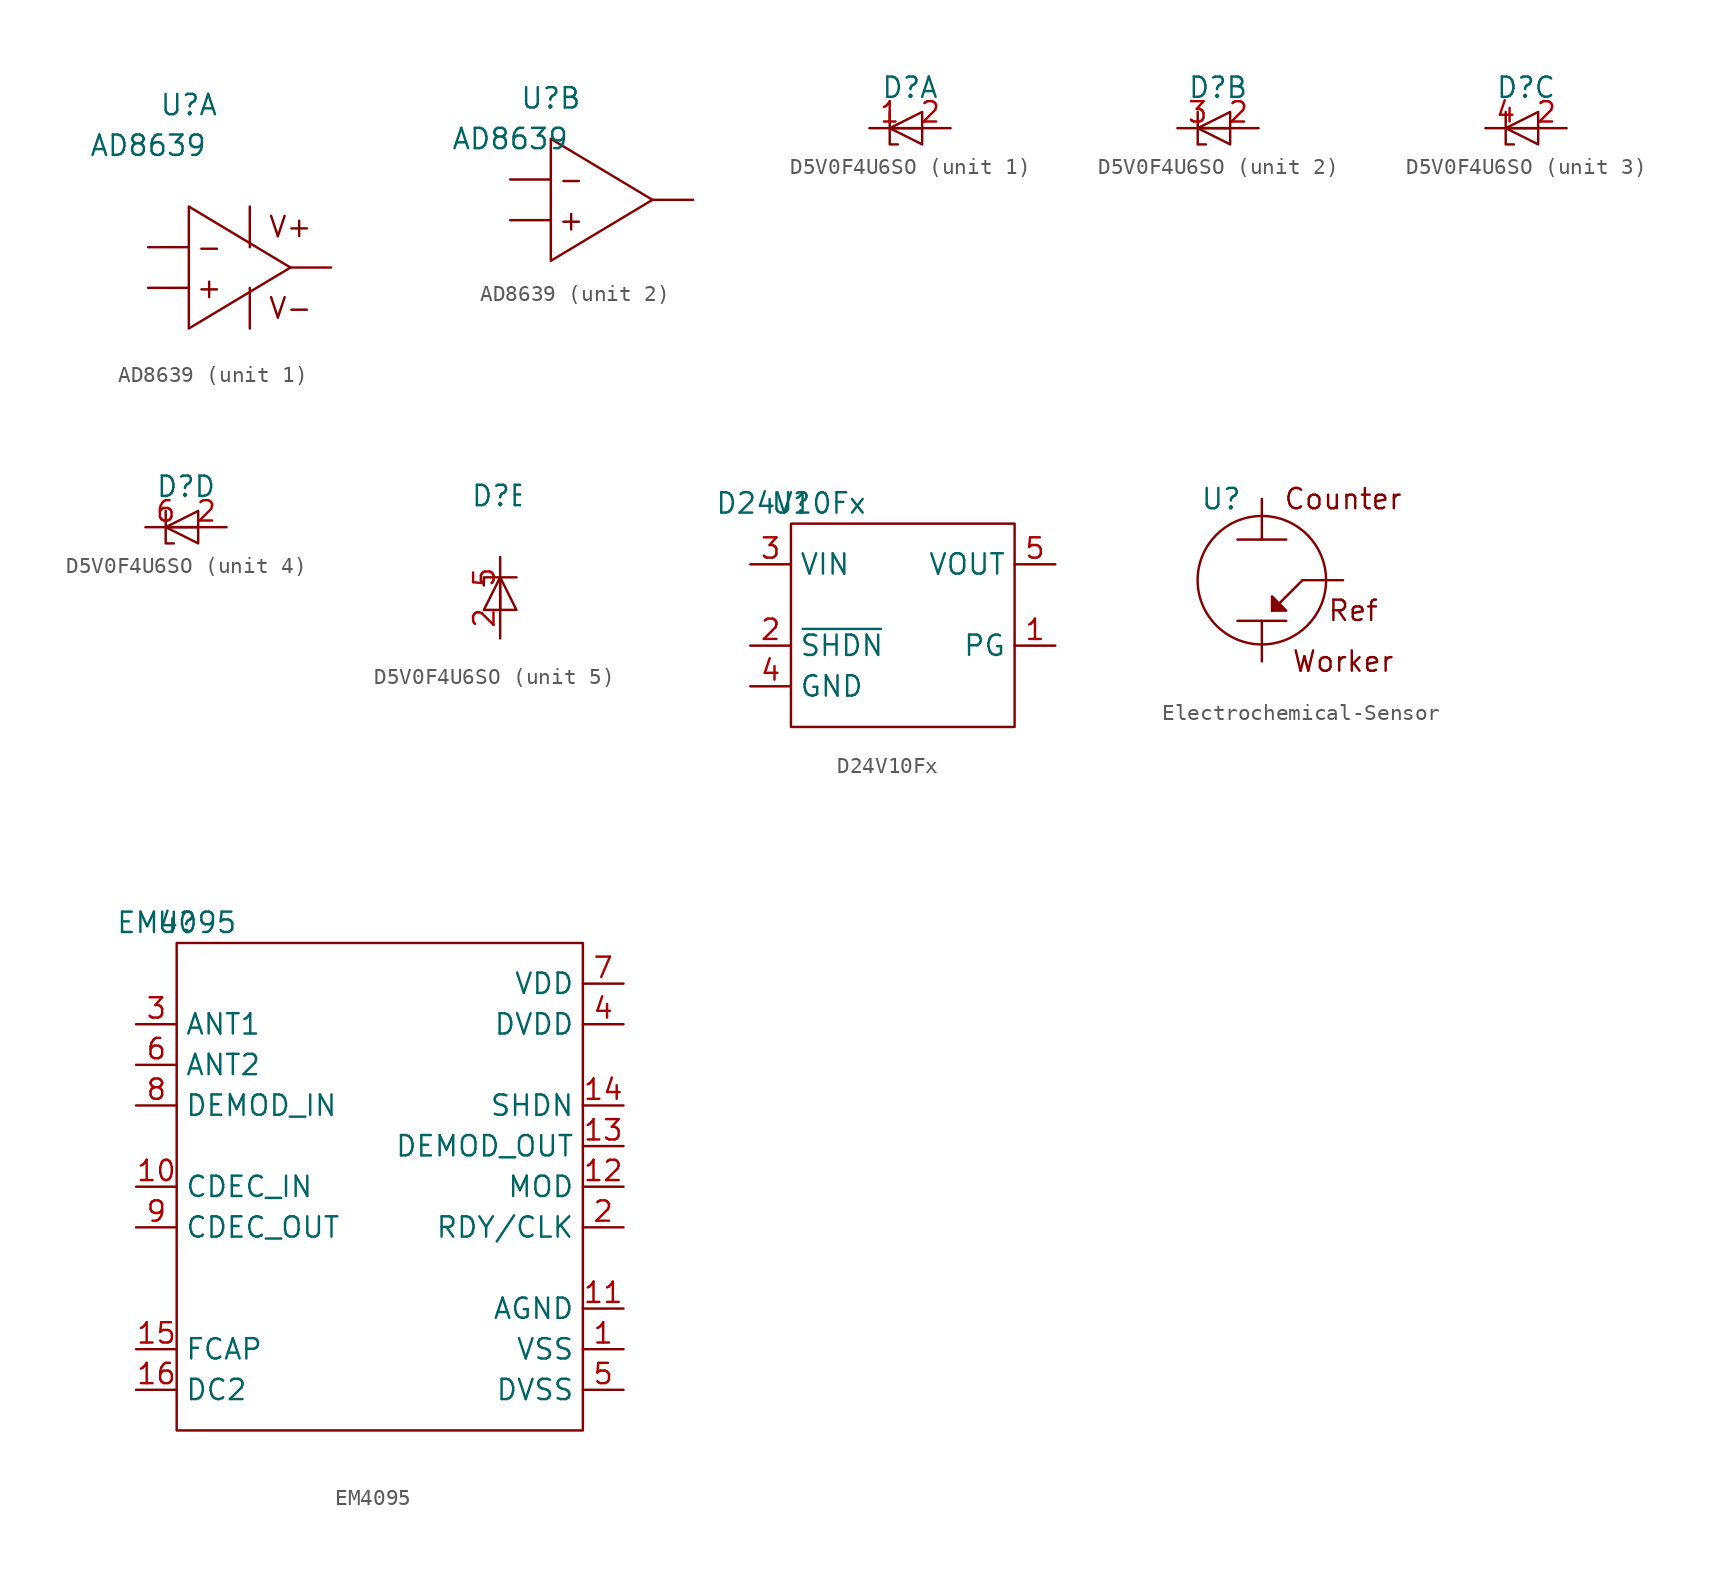
<source format=kicad_sym>
(kicad_symbol_lib
  (version 20220914)
  (generator kicad_symbol_editor)
  (symbol "AD8639"
    (pin_numbers hide)
    (pin_names
      (offset 0) hide)
    (property "Reference" "U"
      (at 0 0 0)
      (effects (font (size 1.27 1.27))))
    (property "Value" "AD8639"
      (at -2.54 -2.54 0)
      (effects (font (size 1.27 1.27))))
    (property "ki_locked" ""
      (at 0 0 0)
      (effects (font (size 1.27 1.27))))
    (symbol "AD8639_1_1"
      (polyline (pts (xy 0 -6.35) (xy 0 -13.97) (xy 6.35 -10.16) (xy 0 -6.35)) (stroke (width 0) (type default)) (fill (type none)))
      (text "+" (at 1.27 -11.43 0) (effects (font (size 1.27 1.27))))
      (text "-" (at 1.27 -8.89 0) (effects (font (size 1.27 1.27))))
      (text "V+" (at 6.35 -7.62 0) (effects (font (size 1.27 1.27))))
      (text "V-" (at 6.35 -12.7 0) (effects (font (size 1.27 1.27))))
      (pin output line (at 8.89 -10.16 180) (length 2.54) (name "OUT" (effects (font (size 1.27 1.27)))) (number "1" (effects (font (size 1.27 1.27)))))
      (pin input line (at -2.54 -8.89 0) (length 2.54) (name "IN-" (effects (font (size 1.27 1.27)))) (number "2" (effects (font (size 1.27 1.27)))))
      (pin input line (at -2.54 -11.43 0) (length 2.54) (name "IN+" (effects (font (size 1.27 1.27)))) (number "3" (effects (font (size 1.27 1.27)))))
      (pin power_in line (at 3.81 -6.35 270) (length 2.54) (name "V-" (effects (font (size 1.27 1.27)))) (number "4" (effects (font (size 1.27 1.27)))))
      (pin power_in line (at 3.81 -13.97 90) (length 2.54) (name "V+" (effects (font (size 1.27 1.27)))) (number "8" (effects (font (size 1.27 1.27))))))
    (symbol "AD8639_2_1"
      (polyline (pts (xy 0 -2.54) (xy 0 -10.16) (xy 6.35 -6.35) (xy 0 -2.54)) (stroke (width 0) (type default)) (fill (type none)))
      (text "+" (at 1.27 -7.62 0) (effects (font (size 1.27 1.27))))
      (text "-" (at 1.27 -5.08 0) (effects (font (size 1.27 1.27))))
      (pin input line (at -2.54 -7.62 0) (length 2.54) (name "IN+" (effects (font (size 1.27 1.27)))) (number "5" (effects (font (size 1.27 1.27)))))
      (pin input line (at -2.54 -5.08 0) (length 2.54) (name "IN-" (effects (font (size 1.27 1.27)))) (number "6" (effects (font (size 1.27 1.27)))))
      (pin output line (at 8.89 -6.35 180) (length 2.54) (name "OUT" (effects (font (size 1.27 1.27)))) (number "7" (effects (font (size 1.27 1.27)))))))
  (symbol "D5V0F4U6SO"
    (pin_names hide)
    (property "Reference" "D"
      (at 0 0 0)
      (effects (font (size 1.27 1.27))))
    (property "ki_locked" ""
      (at 0 0 0)
      (effects (font (size 1.27 1.27))))
    (symbol "D5V0F4U6SO_1_1"
      (polyline (pts (xy -1.27 -2.54) (xy 0.762 -2.54)) (stroke (width 0) (type default)) (fill (type none)))
      (polyline (pts (xy -1.27 -1.524) (xy -1.27 -3.556) (xy -0.762 -3.556)) (stroke (width 0) (type default)) (fill (type none)))
      (polyline (pts (xy 0.762 -1.524) (xy -1.27 -2.54) (xy 0.762 -3.556) (xy 0.762 -1.524)) (stroke (width 0) (type default)) (fill (type none)))
      (pin passive line (at -2.54 -2.54 0) (length 2.54) (name "K1" (effects (font (size 1.27 1.27)))) (number "1" (effects (font (size 1.27 1.27)))))
      (pin passive line (at 2.54 -2.54 180) (length 2.54) (name "A" (effects (font (size 1.27 1.27)))) (number "2" (effects (font (size 1.27 1.27))))))
    (symbol "D5V0F4U6SO_2_1"
      (polyline (pts (xy -1.27 -2.54) (xy 0.762 -2.54)) (stroke (width 0) (type default)) (fill (type none)))
      (polyline (pts (xy -1.27 -1.524) (xy -1.27 -3.556) (xy -0.762 -3.556)) (stroke (width 0) (type default)) (fill (type none)))
      (polyline (pts (xy 0.762 -1.524) (xy -1.27 -2.54) (xy 0.762 -3.556) (xy 0.762 -1.524)) (stroke (width 0) (type default)) (fill (type none)))
      (pin passive line (at 2.54 -2.54 180) (length 2.54) (name "A" (effects (font (size 1.27 1.27)))) (number "2" (effects (font (size 1.27 1.27)))))
      (pin passive line (at -2.54 -2.54 0) (length 2.54) (name "K2" (effects (font (size 1.27 1.27)))) (number "3" (effects (font (size 1.27 1.27))))))
    (symbol "D5V0F4U6SO_3_1"
      (polyline (pts (xy -1.27 -2.54) (xy 0.762 -2.54)) (stroke (width 0) (type default)) (fill (type none)))
      (polyline (pts (xy -1.27 -1.524) (xy -1.27 -3.556) (xy -0.762 -3.556)) (stroke (width 0) (type default)) (fill (type none)))
      (polyline (pts (xy 0.762 -1.524) (xy -1.27 -2.54) (xy 0.762 -3.556) (xy 0.762 -1.524)) (stroke (width 0) (type default)) (fill (type none)))
      (pin passive line (at 2.54 -2.54 180) (length 2.54) (name "A" (effects (font (size 1.27 1.27)))) (number "2" (effects (font (size 1.27 1.27)))))
      (pin passive line (at -2.54 -2.54 0) (length 2.54) (name "K3" (effects (font (size 1.27 1.27)))) (number "4" (effects (font (size 1.27 1.27))))))
    (symbol "D5V0F4U6SO_4_1"
      (polyline (pts (xy -1.27 -2.54) (xy 0.762 -2.54)) (stroke (width 0) (type default)) (fill (type none)))
      (polyline (pts (xy -1.27 -1.524) (xy -1.27 -3.556) (xy -0.762 -3.556)) (stroke (width 0) (type default)) (fill (type none)))
      (polyline (pts (xy 0.762 -1.524) (xy -1.27 -2.54) (xy 0.762 -3.556) (xy 0.762 -1.524)) (stroke (width 0) (type default)) (fill (type none)))
      (pin passive line (at 2.54 -2.54 180) (length 2.54) (name "A" (effects (font (size 1.27 1.27)))) (number "2" (effects (font (size 1.27 1.27)))))
      (pin passive line (at -2.54 -2.54 0) (length 2.54) (name "K4" (effects (font (size 1.27 1.27)))) (number "6" (effects (font (size 1.27 1.27))))))
    (symbol "D5V0F4U6SO_5_1"
      (polyline (pts (xy 0 -5.08) (xy 0 -7.112)) (stroke (width 0) (type default)) (fill (type none)))
      (polyline (pts (xy 1.016 -5.08) (xy -1.016 -5.08) (xy -1.016 -5.588)) (stroke (width 0) (type default)) (fill (type none)))
      (polyline (pts (xy 1.016 -7.112) (xy 0 -5.08) (xy -1.016 -7.112) (xy 1.016 -7.112)) (stroke (width 0) (type default)) (fill (type none)))
      (pin passive line (at 0 -8.89 90) (length 2.54) (name "A" (effects (font (size 1.27 1.27)))) (number "2" (effects (font (size 1.27 1.27)))))
      (pin passive line (at 0 -3.81 270) (length 2.54) (name "K_Vcc" (effects (font (size 1.27 1.27)))) (number "5" (effects (font (size 1.27 1.27)))))))
  (symbol "D24V10Fx"
    (property "Reference" "U"
      (at 0 0 0)
      (effects (font (size 1.27 1.27))))
    (property "Value" "D24V10Fx"
      (at 0 0 0)
      (effects (font (size 1.27 1.27))))
    (symbol "D24V10Fx_0_1"
      (rectangle (start 0 -1.27) (end 13.97 -13.97) (stroke (width 0) (type default)) (fill (type none))))
    (symbol "D24V10Fx_1_1"
      (pin output line (at 16.51 -8.89 180) (length 2.54) (name "PG" (effects (font (size 1.27 1.27)))) (number "1" (effects (font (size 1.27 1.27)))))
      (pin input line (at -2.54 -8.89 0) (length 2.54) (name "~{SHDN}" (effects (font (size 1.27 1.27)))) (number "2" (effects (font (size 1.27 1.27)))))
      (pin power_in line (at -2.54 -3.81 0) (length 2.54) (name "VIN" (effects (font (size 1.27 1.27)))) (number "3" (effects (font (size 1.27 1.27)))))
      (pin power_out line (at -2.54 -11.43 0) (length 2.54) (name "GND" (effects (font (size 1.27 1.27)))) (number "4" (effects (font (size 1.27 1.27)))))
      (pin power_out line (at 16.51 -3.81 180) (length 2.54) (name "VOUT" (effects (font (size 1.27 1.27)))) (number "5" (effects (font (size 1.27 1.27)))))))
  (symbol "Electrochemical-Sensor"
    (pin_numbers hide)
    (pin_names
      (offset 0) hide)
    (property "Reference" "U"
      (at -2.54 0 0)
      (effects (font (size 1.27 1.27))))
    (property "Value" ""
      (at 0 0 0)
      (effects (font (size 1.27 1.27))))
    (symbol "Electrochemical-Sensor_0_1"
      (circle (center 0 -5.08) (radius 4.016) (stroke (width 0) (type default)) (fill (type none)))
      (polyline (pts (xy -1.524 -7.62) (xy 1.524 -7.62)) (stroke (width 0) (type default)) (fill (type none)))
      (polyline (pts (xy -1.524 -2.54) (xy 1.524 -2.54)) (stroke (width 0) (type default)) (fill (type none)))
      (polyline (pts (xy 0.635 -6.985) (xy 2.54 -5.08)) (stroke (width 0) (type default)) (fill (type none))))
    (symbol "Electrochemical-Sensor_1_1"
      (polyline (pts (xy 0.635 -6.985) (xy 0.635 -6.096) (xy 1.524 -6.985) (xy 0.635 -6.985)) (stroke (width 0) (type default)) (fill (type outline)))
      (text "Counter" (at 5.08 0 0) (effects (font (size 1.27 1.27))))
      (text "Ref" (at 5.715 -6.985 0) (effects (font (size 1.27 1.27))))
      (text "Worker" (at 5.08 -10.16 0) (effects (font (size 1.27 1.27))))
      (pin input line (at 5.08 -5.08 180) (length 2.54) (name "Reference" (effects (font (size 1.27 1.27)))) (number "1" (effects (font (size 1.27 1.27)))))
      (pin input line (at 0 -10.16 90) (length 2.54) (name "Worker" (effects (font (size 1.27 1.27)))) (number "2" (effects (font (size 1.27 1.27)))))
      (pin input line (at 0 0 270) (length 2.54) (name "Counter" (effects (font (size 1.27 1.27)))) (number "3" (effects (font (size 1.27 1.27)))))))
  (symbol "EM4095"
    (property "Reference" "U"
      (at 0 0 0)
      (effects (font (size 1.27 1.27))))
    (property "Value" "EM4095"
      (at 0 0 0)
      (effects (font (size 1.27 1.27))))
    (symbol "EM4095_0_1"
      (rectangle (start 0 -1.27) (end 25.4 -31.75) (stroke (width 0) (type default)) (fill (type none))))
    (symbol "EM4095_1_1"
      (pin power_in line (at 27.94 -26.67 180) (length 2.54) (name "VSS" (effects (font (size 1.27 1.27)))) (number "1" (effects (font (size 1.27 1.27)))))
      (pin input line (at -2.54 -16.51 0) (length 2.54) (name "CDEC_IN" (effects (font (size 1.27 1.27)))) (number "10" (effects (font (size 1.27 1.27)))))
      (pin power_in line (at 27.94 -24.13 180) (length 2.54) (name "AGND" (effects (font (size 1.27 1.27)))) (number "11" (effects (font (size 1.27 1.27)))))
      (pin input line (at 27.94 -16.51 180) (length 2.54) (name "MOD" (effects (font (size 1.27 1.27)))) (number "12" (effects (font (size 1.27 1.27)))))
      (pin output line (at 27.94 -13.97 180) (length 2.54) (name "DEMOD_OUT" (effects (font (size 1.27 1.27)))) (number "13" (effects (font (size 1.27 1.27)))))
      (pin input line (at 27.94 -11.43 180) (length 2.54) (name "SHDN" (effects (font (size 1.27 1.27)))) (number "14" (effects (font (size 1.27 1.27)))))
      (pin input line (at -2.54 -26.67 0) (length 2.54) (name "FCAP" (effects (font (size 1.27 1.27)))) (number "15" (effects (font (size 1.27 1.27)))))
      (pin power_in line (at -2.54 -29.21 0) (length 2.54) (name "DC2" (effects (font (size 1.27 1.27)))) (number "16" (effects (font (size 1.27 1.27)))))
      (pin output line (at 27.94 -19.05 180) (length 2.54) (name "RDY/CLK" (effects (font (size 1.27 1.27)))) (number "2" (effects (font (size 1.27 1.27)))))
      (pin output line (at -2.54 -6.35 0) (length 2.54) (name "ANT1" (effects (font (size 1.27 1.27)))) (number "3" (effects (font (size 1.27 1.27)))))
      (pin power_in line (at 27.94 -6.35 180) (length 2.54) (name "DVDD" (effects (font (size 1.27 1.27)))) (number "4" (effects (font (size 1.27 1.27)))))
      (pin power_in line (at 27.94 -29.21 180) (length 2.54) (name "DVSS" (effects (font (size 1.27 1.27)))) (number "5" (effects (font (size 1.27 1.27)))))
      (pin output line (at -2.54 -8.89 0) (length 2.54) (name "ANT2" (effects (font (size 1.27 1.27)))) (number "6" (effects (font (size 1.27 1.27)))))
      (pin power_in line (at 27.94 -3.81 180) (length 2.54) (name "VDD" (effects (font (size 1.27 1.27)))) (number "7" (effects (font (size 1.27 1.27)))))
      (pin input line (at -2.54 -11.43 0) (length 2.54) (name "DEMOD_IN" (effects (font (size 1.27 1.27)))) (number "8" (effects (font (size 1.27 1.27)))))
      (pin input line (at -2.54 -19.05 0) (length 2.54) (name "CDEC_OUT" (effects (font (size 1.27 1.27)))) (number "9" (effects (font (size 1.27 1.27))))))))
</source>
